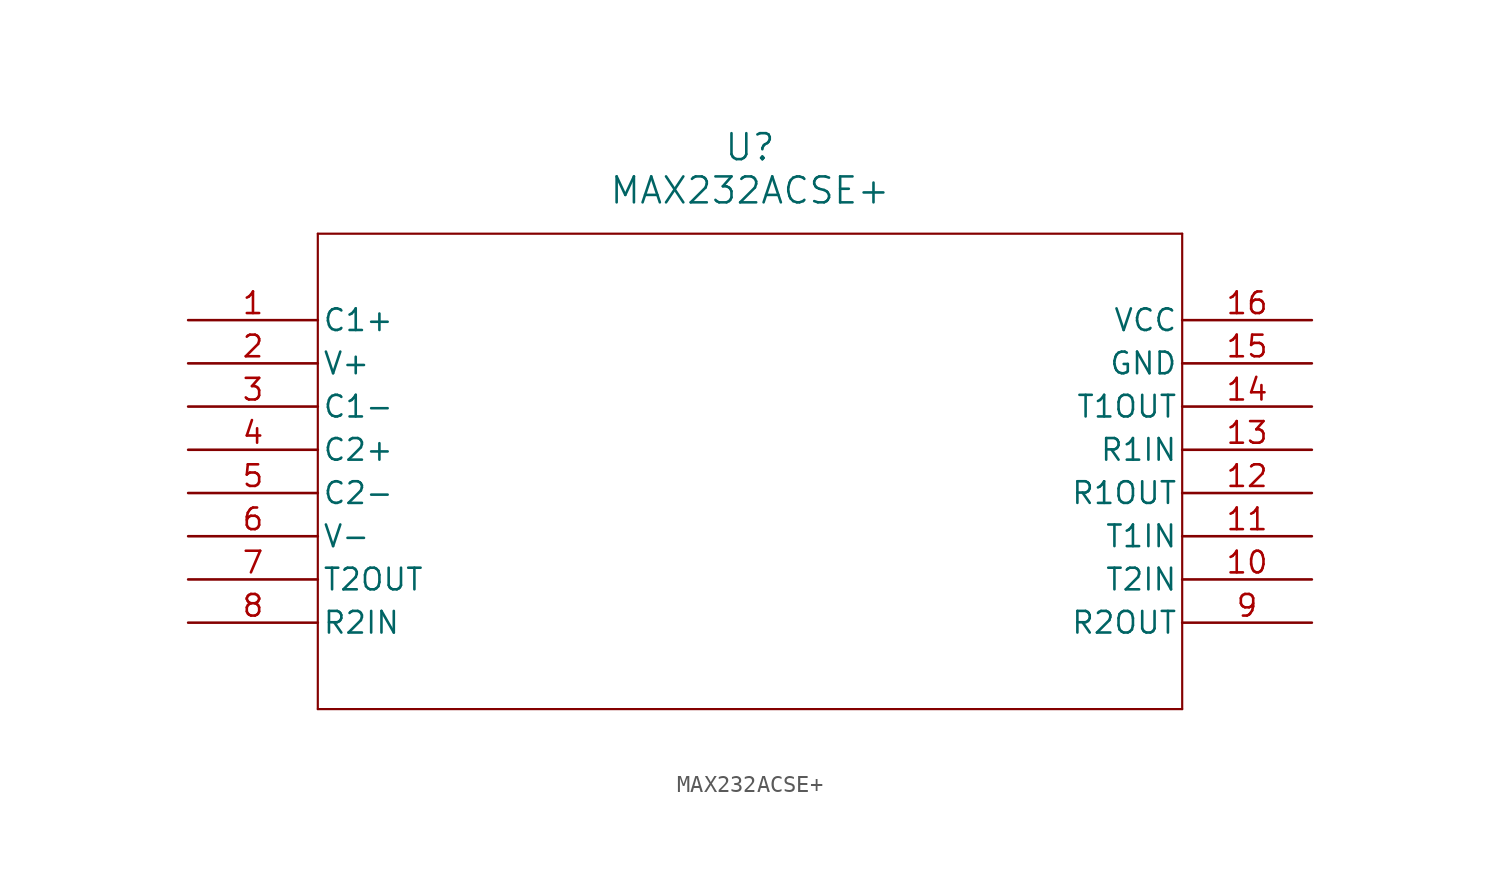
<source format=kicad_sym>
(kicad_symbol_lib
  (version 20211014)
  (generator kicad_symbol_editor)
  (symbol "MAX232ACSE+"
    (pin_names
      (offset 0.254))
    (property "Reference" "U"
      (at 33.02 10.16 0)
      (effects (font (size 1.524 1.524))))
    (property "Value" "MAX232ACSE+"
      (at 33.02 7.62 0)
      (effects (font (size 1.524 1.524))))
    (symbol "MAX232ACSE+_0_1"
      (polyline (pts (xy 7.62 5.08) (xy 7.62 -22.86)) (stroke (width 0.127) (type default) (color 0 0 0 0)) (fill (type none)))
      (polyline (pts (xy 7.62 -22.86) (xy 58.42 -22.86)) (stroke (width 0.127) (type default) (color 0 0 0 0)) (fill (type none)))
      (polyline (pts (xy 58.42 -22.86) (xy 58.42 5.08)) (stroke (width 0.127) (type default) (color 0 0 0 0)) (fill (type none)))
      (polyline (pts (xy 58.42 5.08) (xy 7.62 5.08)) (stroke (width 0.127) (type default) (color 0 0 0 0)) (fill (type none)))
      (pin unspecified line (at 0 0 0) (length 7.62) (name "C1+" (effects (font (size 1.27 1.27)))) (number "1" (effects (font (size 1.27 1.27)))))
      (pin power_in line (at 0 -2.54 0) (length 7.62) (name "V+" (effects (font (size 1.27 1.27)))) (number "2" (effects (font (size 1.27 1.27)))))
      (pin unspecified line (at 0 -5.08 0) (length 7.62) (name "C1-" (effects (font (size 1.27 1.27)))) (number "3" (effects (font (size 1.27 1.27)))))
      (pin unspecified line (at 0 -7.62 0) (length 7.62) (name "C2+" (effects (font (size 1.27 1.27)))) (number "4" (effects (font (size 1.27 1.27)))))
      (pin unspecified line (at 0 -10.16 0) (length 7.62) (name "C2-" (effects (font (size 1.27 1.27)))) (number "5" (effects (font (size 1.27 1.27)))))
      (pin power_in line (at 0 -12.7 0) (length 7.62) (name "V-" (effects (font (size 1.27 1.27)))) (number "6" (effects (font (size 1.27 1.27)))))
      (pin output line (at 0 -15.24 0) (length 7.62) (name "T2OUT" (effects (font (size 1.27 1.27)))) (number "7" (effects (font (size 1.27 1.27)))))
      (pin input line (at 0 -17.78 0) (length 7.62) (name "R2IN" (effects (font (size 1.27 1.27)))) (number "8" (effects (font (size 1.27 1.27)))))
      (pin output line (at 66.04 -17.78 180) (length 7.62) (name "R2OUT" (effects (font (size 1.27 1.27)))) (number "9" (effects (font (size 1.27 1.27)))))
      (pin input line (at 66.04 -15.24 180) (length 7.62) (name "T2IN" (effects (font (size 1.27 1.27)))) (number "10" (effects (font (size 1.27 1.27)))))
      (pin input line (at 66.04 -12.7 180) (length 7.62) (name "T1IN" (effects (font (size 1.27 1.27)))) (number "11" (effects (font (size 1.27 1.27)))))
      (pin output line (at 66.04 -10.16 180) (length 7.62) (name "R1OUT" (effects (font (size 1.27 1.27)))) (number "12" (effects (font (size 1.27 1.27)))))
      (pin input line (at 66.04 -7.62 180) (length 7.62) (name "R1IN" (effects (font (size 1.27 1.27)))) (number "13" (effects (font (size 1.27 1.27)))))
      (pin output line (at 66.04 -5.08 180) (length 7.62) (name "T1OUT" (effects (font (size 1.27 1.27)))) (number "14" (effects (font (size 1.27 1.27)))))
      (pin power_in line (at 66.04 -2.54 180) (length 7.62) (name "GND" (effects (font (size 1.27 1.27)))) (number "15" (effects (font (size 1.27 1.27)))))
      (pin power_in line (at 66.04 0 180) (length 7.62) (name "VCC" (effects (font (size 1.27 1.27)))) (number "16" (effects (font (size 1.27 1.27))))))))
</source>
